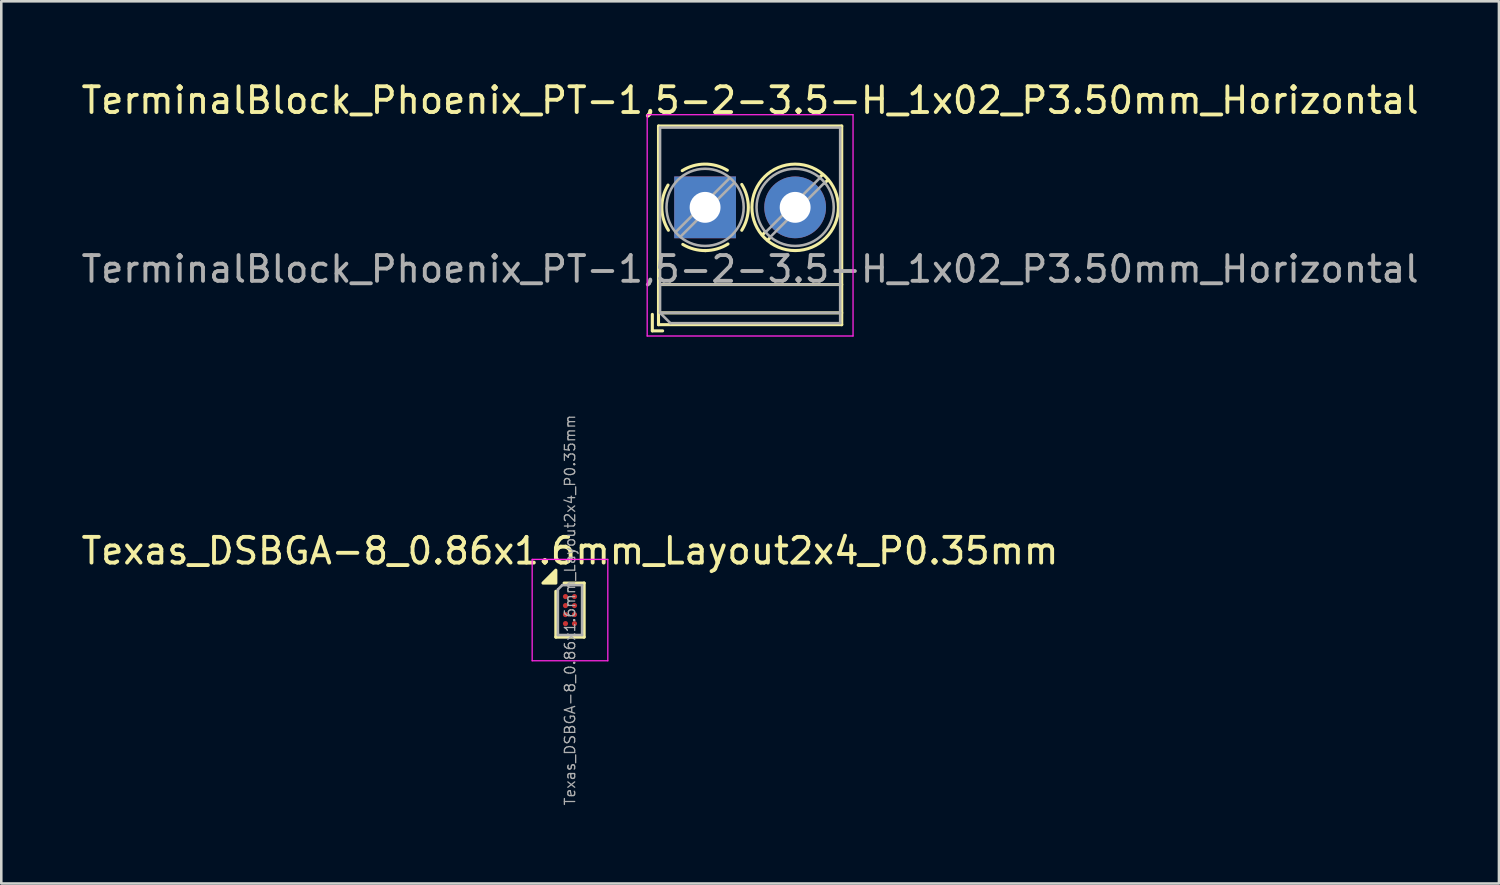
<source format=kicad_pcb>
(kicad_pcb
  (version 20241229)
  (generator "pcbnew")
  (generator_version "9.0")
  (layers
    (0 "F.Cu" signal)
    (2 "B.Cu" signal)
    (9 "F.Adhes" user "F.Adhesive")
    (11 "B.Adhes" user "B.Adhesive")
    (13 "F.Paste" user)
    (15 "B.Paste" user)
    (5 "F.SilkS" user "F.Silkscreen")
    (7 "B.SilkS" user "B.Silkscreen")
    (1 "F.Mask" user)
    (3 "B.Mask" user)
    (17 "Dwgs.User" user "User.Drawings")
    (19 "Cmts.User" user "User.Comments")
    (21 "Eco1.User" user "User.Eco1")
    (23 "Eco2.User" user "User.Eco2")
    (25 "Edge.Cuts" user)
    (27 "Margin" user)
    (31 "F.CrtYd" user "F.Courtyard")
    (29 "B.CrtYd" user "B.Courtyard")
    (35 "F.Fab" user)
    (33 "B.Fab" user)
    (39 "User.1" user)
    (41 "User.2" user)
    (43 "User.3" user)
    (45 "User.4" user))
  (footprint "TerminalBlock_Phoenix_PT-1,5-2-3.5-H_1x02_P3.50mm_Horizontal"
    (layer "F.Cu")
    (at 24.351 5.008)
    (property "Reference" "TerminalBlock_Phoenix_PT-1,5-2-3.5-H_1x02_P3.50mm_Horizontal" (at 1.75 -4.16 180) (layer "F.SilkS") (effects (font (size 1 1) (thickness 0.15))))
    (attr through_hole)
    (fp_line (start -2.05 4.16) (end -2.05 4.8) (stroke (width 0.12) (type solid)) (layer "F.SilkS"))
    (fp_line (start -2.05 4.8) (end -1.65 4.8) (stroke (width 0.12) (type solid)) (layer "F.SilkS"))
    (fp_line (start -1.81 -3.16) (end -1.81 4.56) (stroke (width 0.12) (type solid)) (layer "F.SilkS"))
    (fp_line (start -1.81 -3.16) (end 5.31 -3.16) (stroke (width 0.12) (type solid)) (layer "F.SilkS"))
    (fp_line (start -1.81 3) (end 5.31 3) (stroke (width 0.12) (type solid)) (layer "F.SilkS"))
    (fp_line (start -1.81 4.1) (end 5.31 4.1) (stroke (width 0.12) (type solid)) (layer "F.SilkS"))
    (fp_line (start -1.81 4.56) (end 5.31 4.56) (stroke (width 0.12) (type solid)) (layer "F.SilkS"))
    (fp_line (start 2.355 0.941) (end 2.226 1.069) (stroke (width 0.12) (type solid)) (layer "F.SilkS"))
    (fp_line (start 2.525 1.181) (end 2.431 1.274) (stroke (width 0.12) (type solid)) (layer "F.SilkS"))
    (fp_line (start 4.57 -1.275) (end 4.476 -1.181) (stroke (width 0.12) (type solid)) (layer "F.SilkS"))
    (fp_line (start 4.775 -1.069) (end 4.646 -0.941) (stroke (width 0.12) (type solid)) (layer "F.SilkS"))
    (fp_line (start 5.31 -3.16) (end 5.31 4.56) (stroke (width 0.12) (type solid)) (layer "F.SilkS"))
    (fp_arc (start -1.425358 0.889894) (mid -1.680286 0.014012) (end -1.44 -0.866) (stroke (width 0.12) (type solid)) (layer "F.SilkS"))
    (fp_arc (start -0.889894 -1.425358) (mid -0.014012 -1.680286) (end 0.866 -1.44) (stroke (width 0.12) (type solid)) (layer "F.SilkS"))
    (fp_arc (start 0.028674 1.680099) (mid -0.435535 1.622918) (end -0.866 1.44) (stroke (width 0.12) (type solid)) (layer "F.SilkS"))
    (fp_arc (start 0.890264 1.424721) (mid 0.463071 1.61492) (end 0 1.68) (stroke (width 0.12) (type solid)) (layer "F.SilkS"))
    (fp_arc (start 1.425504 -0.890193) (mid 1.680626 0.000476) (end 1.425 0.891) (stroke (width 0.12) (type solid)) (layer "F.SilkS"))
    (fp_circle (center 3.5 0) (end 5.18 0) (stroke (width 0.12) (type solid)) (fill no) (layer "F.SilkS"))
    (fp_line (start -2.25 -3.6) (end -2.25 5) (stroke (width 0.05) (type solid)) (layer "F.CrtYd"))
    (fp_line (start -2.25 5) (end 5.75 5) (stroke (width 0.05) (type solid)) (layer "F.CrtYd"))
    (fp_line (start 5.75 -3.6) (end -2.25 -3.6) (stroke (width 0.05) (type solid)) (layer "F.CrtYd"))
    (fp_line (start 5.75 5) (end 5.75 -3.6) (stroke (width 0.05) (type solid)) (layer "F.CrtYd"))
    (fp_line (start -1.75 -3.1) (end 5.25 -3.1) (stroke (width 0.1) (type solid)) (layer "F.Fab"))
    (fp_line (start -1.75 3) (end 5.25 3) (stroke (width 0.1) (type solid)) (layer "F.Fab"))
    (fp_line (start -1.75 4.1) (end -1.75 -3.1) (stroke (width 0.1) (type solid)) (layer "F.Fab"))
    (fp_line (start -1.75 4.1) (end 5.25 4.1) (stroke (width 0.1) (type solid)) (layer "F.Fab"))
    (fp_line (start -1.35 4.5) (end -1.75 4.1) (stroke (width 0.1) (type solid)) (layer "F.Fab"))
    (fp_line (start 0.955 -1.138) (end -1.138 0.955) (stroke (width 0.1) (type solid)) (layer "F.Fab"))
    (fp_line (start 1.138 -0.955) (end -0.955 1.138) (stroke (width 0.1) (type solid)) (layer "F.Fab"))
    (fp_line (start 4.455 -1.138) (end 2.363 0.955) (stroke (width 0.1) (type solid)) (layer "F.Fab"))
    (fp_line (start 4.638 -0.955) (end 2.546 1.138) (stroke (width 0.1) (type solid)) (layer "F.Fab"))
    (fp_line (start 5.25 -3.1) (end 5.25 4.5) (stroke (width 0.1) (type solid)) (layer "F.Fab"))
    (fp_line (start 5.25 4.5) (end -1.35 4.5) (stroke (width 0.1) (type solid)) (layer "F.Fab"))
    (fp_circle (center 0 0) (end 1.5 0) (stroke (width 0.1) (type solid)) (fill no) (layer "F.Fab"))
    (fp_circle (center 3.5 0) (end 5 0) (stroke (width 0.1) (type solid)) (fill no) (layer "F.Fab"))
    (fp_text user "${REFERENCE}" (at 1.75 2.4 180) (layer "F.Fab") (effects (font (size 1 1) (thickness 0.15))))
    (pad "1" thru_hole rect (at 0 0) (size 2.4 2.4) (drill 1.2) (layers "*.Cu" "*.Mask"))
    (pad "2" thru_hole circle (at 3.5 0) (size 2.4 2.4) (drill 1.2) (layers "*.Cu" "*.Mask")))
  (footprint "Texas_DSBGA-8_0.86x1.6mm_Layout2x4_P0.35mm"
    (layer "F.Cu")
    (at 19.101 20.659)
    (property "Reference" "Texas_DSBGA-8_0.86x1.6mm_Layout2x4_P0.35mm" (at 0 -2.3 0) (layer "F.SilkS") (effects (font (size 1 1) (thickness 0.15))))
    (attr smd)
    (fp_line (start -0.55 -0.73) (end -0.55 1.05) (stroke (width 0.12) (type solid)) (layer "F.SilkS"))
    (fp_line (start -0.55 1.05) (end 0.55 1.05) (stroke (width 0.12) (type solid)) (layer "F.SilkS"))
    (fp_line (start 0.55 -1.05) (end -0.23 -1.05) (stroke (width 0.12) (type solid)) (layer "F.SilkS"))
    (fp_line (start 0.55 -1.05) (end 0.55 1.05) (stroke (width 0.12) (type solid)) (layer "F.SilkS"))
    (fp_poly (pts (xy -0.55 -1.05) (xy -1.05 -1.05) (xy -0.55 -1.55) (xy -0.55 -1.05)) (stroke (width 0.12) (type solid)) (fill yes) (layer "F.SilkS"))
    (fp_line (start -1.47 -1.97) (end -1.47 1.97) (stroke (width 0.05) (type solid)) (layer "F.CrtYd"))
    (fp_line (start -1.47 1.97) (end 1.47 1.97) (stroke (width 0.05) (type solid)) (layer "F.CrtYd"))
    (fp_line (start 1.47 -1.97) (end -1.47 -1.97) (stroke (width 0.05) (type solid)) (layer "F.CrtYd"))
    (fp_line (start 1.47 1.97) (end 1.47 -1.97) (stroke (width 0.05) (type solid)) (layer "F.CrtYd"))
    (fp_line (start -0.47 -0.8) (end -0.47 0.97) (stroke (width 0.1) (type solid)) (layer "F.Fab"))
    (fp_line (start -0.47 -0.8) (end -0.3 -0.97) (stroke (width 0.1) (type solid)) (layer "F.Fab"))
    (fp_line (start -0.47 0.97) (end 0.47 0.97) (stroke (width 0.1) (type solid)) (layer "F.Fab"))
    (fp_line (start 0.47 -0.97) (end -0.3 -0.97) (stroke (width 0.1) (type solid)) (layer "F.Fab"))
    (fp_line (start 0.47 0.97) (end 0.47 -0.97) (stroke (width 0.1) (type solid)) (layer "F.Fab"))
    (fp_text user "${REFERENCE}" (at 0 0 90) (layer "F.Fab") (effects (font (size 0.4 0.4) (thickness 0.05))))
    (pad "" smd rect (at -0.175 -0.525) (size 0.25 0.25) (layers "F.Paste"))
    (pad "" smd rect (at -0.175 -0.175) (size 0.25 0.25) (layers "F.Paste"))
    (pad "" smd rect (at -0.175 0.175) (size 0.25 0.25) (layers "F.Paste"))
    (pad "" smd rect (at -0.175 0.525) (size 0.25 0.25) (layers "F.Paste"))
    (pad "" smd rect (at 0.175 -0.525) (size 0.25 0.25) (layers "F.Paste"))
    (pad "" smd rect (at 0.175 -0.175) (size 0.25 0.25) (layers "F.Paste"))
    (pad "" smd rect (at 0.175 0.175) (size 0.25 0.25) (layers "F.Paste"))
    (pad "" smd rect (at 0.175 0.525) (size 0.25 0.25) (layers "F.Paste"))
    (pad "A1" smd circle (at -0.175 -0.525) (size 0.2 0.2) (layers "F.Cu" "F.Mask"))
    (pad "A2" smd circle (at 0.175 -0.525) (size 0.2 0.2) (layers "F.Cu" "F.Mask"))
    (pad "B1" smd circle (at -0.175 -0.175) (size 0.2 0.2) (layers "F.Cu" "F.Mask"))
    (pad "B2" smd circle (at 0.175 -0.175) (size 0.2 0.2) (layers "F.Cu" "F.Mask"))
    (pad "C1" smd circle (at -0.175 0.175) (size 0.2 0.2) (layers "F.Cu" "F.Mask"))
    (pad "C2" smd circle (at 0.175 0.175) (size 0.2 0.2) (layers "F.Cu" "F.Mask"))
    (pad "D1" smd circle (at -0.175 0.525) (size 0.2 0.2) (layers "F.Cu" "F.Mask"))
    (pad "D2" smd circle (at 0.175 0.525) (size 0.2 0.2) (layers "F.Cu" "F.Mask")))
  (gr_rect
    (start -3 -3)
    (end 55.202 31.284)
    (stroke (width 0.1) (type default))
    (fill no)
    (layer "Edge.Cuts")))
</source>
